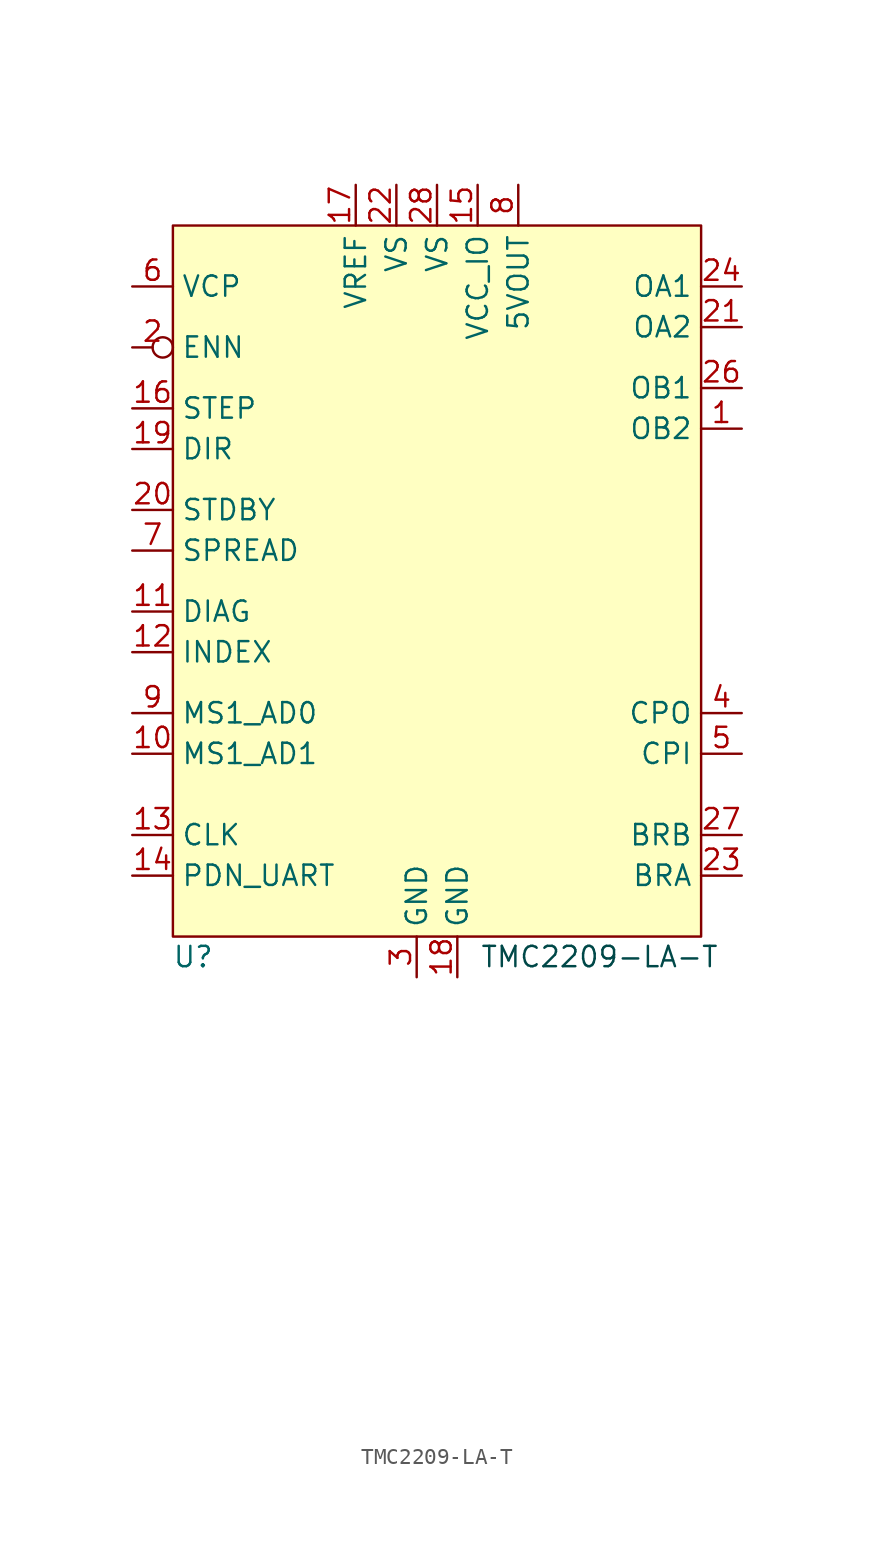
<source format=kicad_sym>
(kicad_symbol_lib
  (version 20220914)
  (generator kicad_symbol_editor)
  (symbol "TMC2209-LA-T"
    (property "Reference" "U"
      (at -15.24 -22.86 0)
      (effects (font (size 1.27 1.27))))
    (property "Value" ""
      (at -8.89 -45.72 0)
      (effects (font (size 1.27 1.27))))
    (symbol "TMC2209-LA-T_1_1"
      (rectangle (start -16.51 22.86) (end 16.51 -21.59) (stroke (width 0) (type default)) (fill (type background)))
      (text "TMC2209-LA-T\n" (at 10.16 -22.86 0) (effects (font (size 1.27 1.27) (color 0 72 72 1))))
      (pin output line (at 19.05 10.16 180) (length 2.54) (name "OB2" (effects (font (size 1.27 1.27)))) (number "1" (effects (font (size 1.27 1.27)))))
      (pin input line (at -19.05 -10.16 0) (length 2.54) (name "MS1_AD1" (effects (font (size 1.27 1.27)))) (number "10" (effects (font (size 1.27 1.27)))))
      (pin output line (at -19.05 -1.27 0) (length 2.54) (name "DIAG" (effects (font (size 1.27 1.27)))) (number "11" (effects (font (size 1.27 1.27)))))
      (pin output line (at -19.05 -3.81 0) (length 2.54) (name "INDEX" (effects (font (size 1.27 1.27)))) (number "12" (effects (font (size 1.27 1.27)))))
      (pin input line (at -19.05 -15.24 0) (length 2.54) (name "CLK" (effects (font (size 1.27 1.27)))) (number "13" (effects (font (size 1.27 1.27)))))
      (pin bidirectional line (at -19.05 -17.78 0) (length 2.54) (name "PDN_UART" (effects (font (size 1.27 1.27)))) (number "14" (effects (font (size 1.27 1.27)))))
      (pin power_in line (at 2.54 25.4 270) (length 2.54) (name "VCC_IO" (effects (font (size 1.27 1.27)))) (number "15" (effects (font (size 1.27 1.27)))))
      (pin input line (at -19.05 11.43 0) (length 2.54) (name "STEP" (effects (font (size 1.27 1.27)))) (number "16" (effects (font (size 1.27 1.27)))))
      (pin input line (at -5.08 25.4 270) (length 2.54) (name "VREF" (effects (font (size 1.27 1.27)))) (number "17" (effects (font (size 1.27 1.27)))))
      (pin power_in line (at 1.27 -24.13 90) (length 2.54) (name "GND" (effects (font (size 1.27 1.27)))) (number "18" (effects (font (size 1.27 1.27)))))
      (pin input line (at -19.05 8.89 0) (length 2.54) (name "DIR" (effects (font (size 1.27 1.27)))) (number "19" (effects (font (size 1.27 1.27)))))
      (pin input inverted (at -19.05 15.24 0) (length 2.54) (name "ENN" (effects (font (size 1.27 1.27)))) (number "2" (effects (font (size 1.27 1.27)))))
      (pin input line (at -19.05 5.08 0) (length 2.54) (name "STDBY" (effects (font (size 1.27 1.27)))) (number "20" (effects (font (size 1.27 1.27)))))
      (pin output line (at 19.05 16.51 180) (length 2.54) (name "OA2" (effects (font (size 1.27 1.27)))) (number "21" (effects (font (size 1.27 1.27)))))
      (pin power_in line (at -2.54 25.4 270) (length 2.54) (name "VS" (effects (font (size 1.27 1.27)))) (number "22" (effects (font (size 1.27 1.27)))))
      (pin input line (at 19.05 -17.78 180) (length 2.54) (name "BRA" (effects (font (size 1.27 1.27)))) (number "23" (effects (font (size 1.27 1.27)))))
      (pin output line (at 19.05 19.05 180) (length 2.54) (name "OA1" (effects (font (size 1.27 1.27)))) (number "24" (effects (font (size 1.27 1.27)))))
      (pin output line (at 19.05 12.7 180) (length 2.54) (name "OB1" (effects (font (size 1.27 1.27)))) (number "26" (effects (font (size 1.27 1.27)))))
      (pin input line (at 19.05 -15.24 180) (length 2.54) (name "BRB" (effects (font (size 1.27 1.27)))) (number "27" (effects (font (size 1.27 1.27)))))
      (pin power_in line (at 0 25.4 270) (length 2.54) (name "VS" (effects (font (size 1.27 1.27)))) (number "28" (effects (font (size 1.27 1.27)))))
      (pin power_in line (at -1.27 -24.13 90) (length 2.54) (name "GND" (effects (font (size 1.27 1.27)))) (number "3" (effects (font (size 1.27 1.27)))))
      (pin output line (at 19.05 -7.62 180) (length 2.54) (name "CPO" (effects (font (size 1.27 1.27)))) (number "4" (effects (font (size 1.27 1.27)))))
      (pin input line (at 19.05 -10.16 180) (length 2.54) (name "CPI" (effects (font (size 1.27 1.27)))) (number "5" (effects (font (size 1.27 1.27)))))
      (pin power_in line (at -19.05 19.05 0) (length 2.54) (name "VCP" (effects (font (size 1.27 1.27)))) (number "6" (effects (font (size 1.27 1.27)))))
      (pin input line (at -19.05 2.54 0) (length 2.54) (name "SPREAD" (effects (font (size 1.27 1.27)))) (number "7" (effects (font (size 1.27 1.27)))))
      (pin power_out line (at 5.08 25.4 270) (length 2.54) (name "5VOUT" (effects (font (size 1.27 1.27)))) (number "8" (effects (font (size 1.27 1.27)))))
      (pin input line (at -19.05 -7.62 0) (length 2.54) (name "MS1_AD0" (effects (font (size 1.27 1.27)))) (number "9" (effects (font (size 1.27 1.27))))))))
</source>
